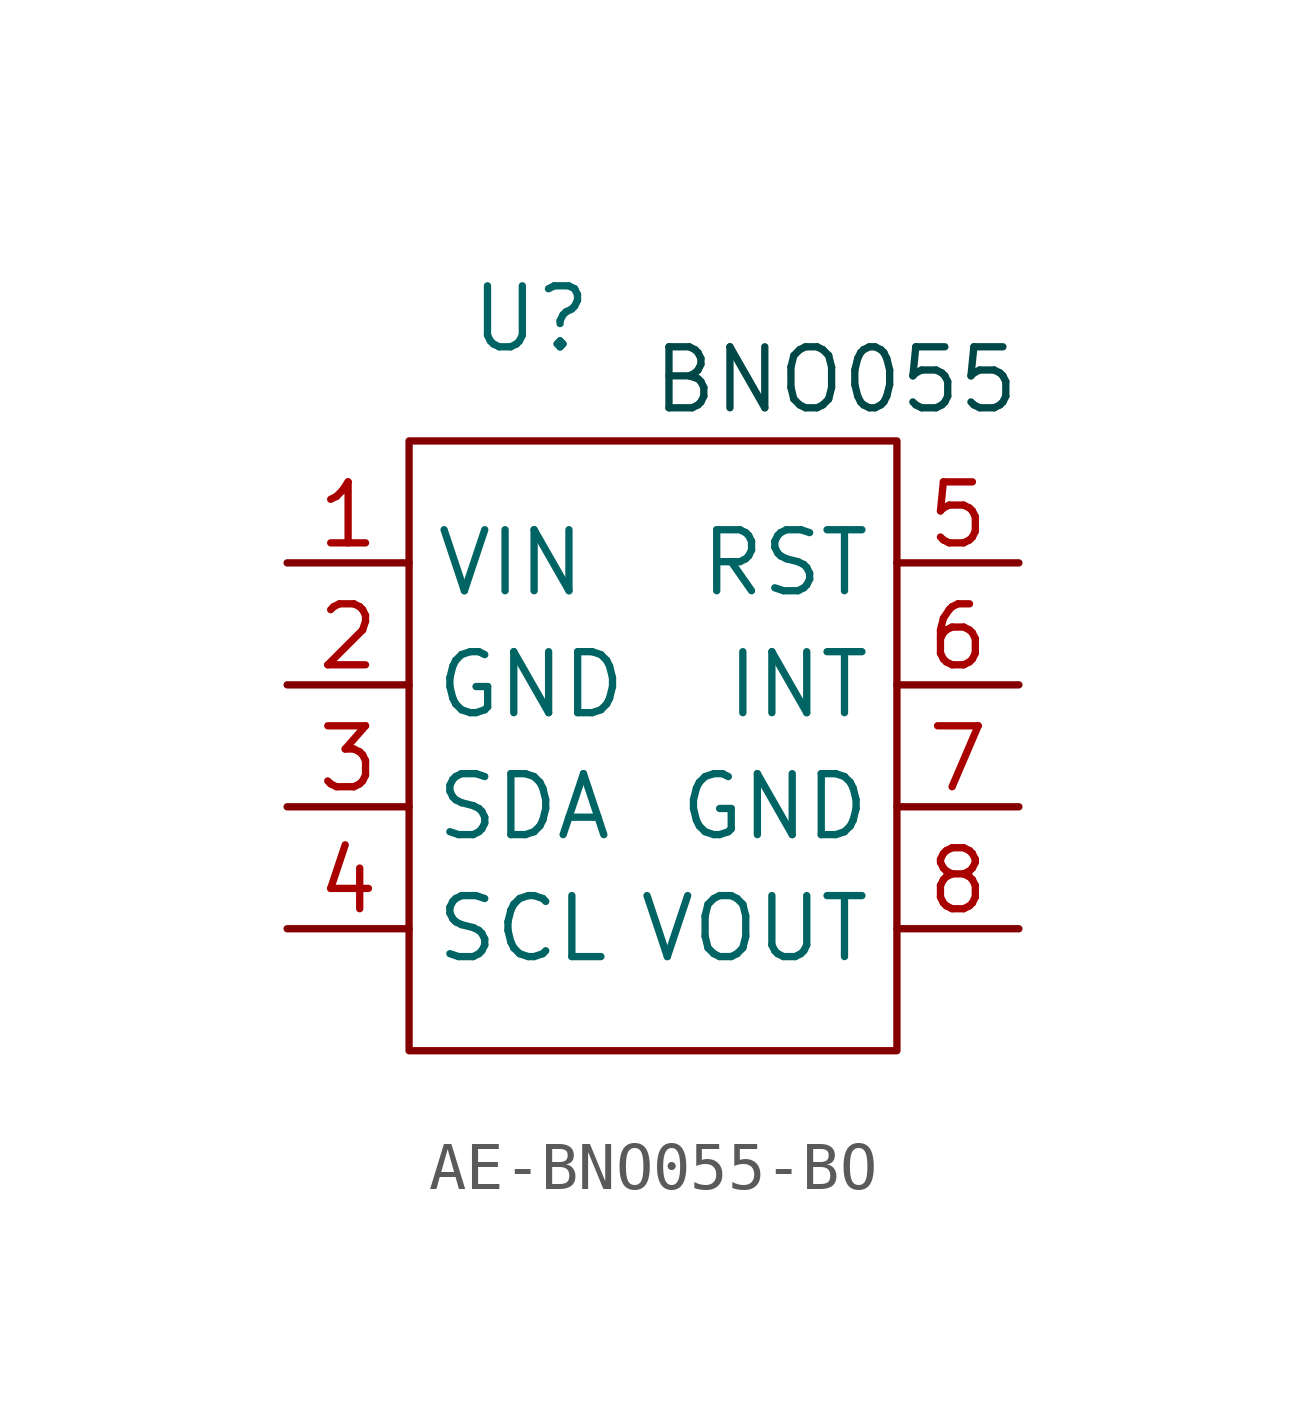
<source format=kicad_sym>
(kicad_symbol_lib
  (version 20220914)
  (generator kicad_symbol_editor)
  (symbol "AE-BNO055-BO"
    (property "Reference" "U"
      (at -2.54 10.16 0)
      (effects (font (size 1.27 1.27))))
    (property "Value" ""
      (at -2.54 1.27 0)
      (effects (font (size 1.27 1.27))))
    (symbol "AE-BNO055-BO_0_1"
      (rectangle (start -5.08 7.62) (end 5.08 -5.08) (stroke (width 0) (type default)) (fill (type none))))
    (symbol "AE-BNO055-BO_1_1"
      (text "BNO055" (at 3.81 8.89 0) (effects (font (size 1.27 1.27) (color 0 72 72 1))))
      (pin passive line (at -7.62 5.08 0) (length 2.54) (name "VIN" (effects (font (size 1.27 1.27)))) (number "1" (effects (font (size 1.27 1.27)))))
      (pin passive line (at -7.62 2.54 0) (length 2.54) (name "GND" (effects (font (size 1.27 1.27)))) (number "2" (effects (font (size 1.27 1.27)))))
      (pin passive line (at -7.62 0 0) (length 2.54) (name "SDA" (effects (font (size 1.27 1.27)))) (number "3" (effects (font (size 1.27 1.27)))))
      (pin passive line (at -7.62 -2.54 0) (length 2.54) (name "SCL" (effects (font (size 1.27 1.27)))) (number "4" (effects (font (size 1.27 1.27)))))
      (pin passive line (at 7.62 5.08 180) (length 2.54) (name "RST" (effects (font (size 1.27 1.27)))) (number "5" (effects (font (size 1.27 1.27)))))
      (pin passive line (at 7.62 2.54 180) (length 2.54) (name "INT" (effects (font (size 1.27 1.27)))) (number "6" (effects (font (size 1.27 1.27)))))
      (pin passive line (at 7.62 0 180) (length 2.54) (name "GND" (effects (font (size 1.27 1.27)))) (number "7" (effects (font (size 1.27 1.27)))))
      (pin passive line (at 7.62 -2.54 180) (length 2.54) (name "VOUT" (effects (font (size 1.27 1.27)))) (number "8" (effects (font (size 1.27 1.27))))))))
</source>
